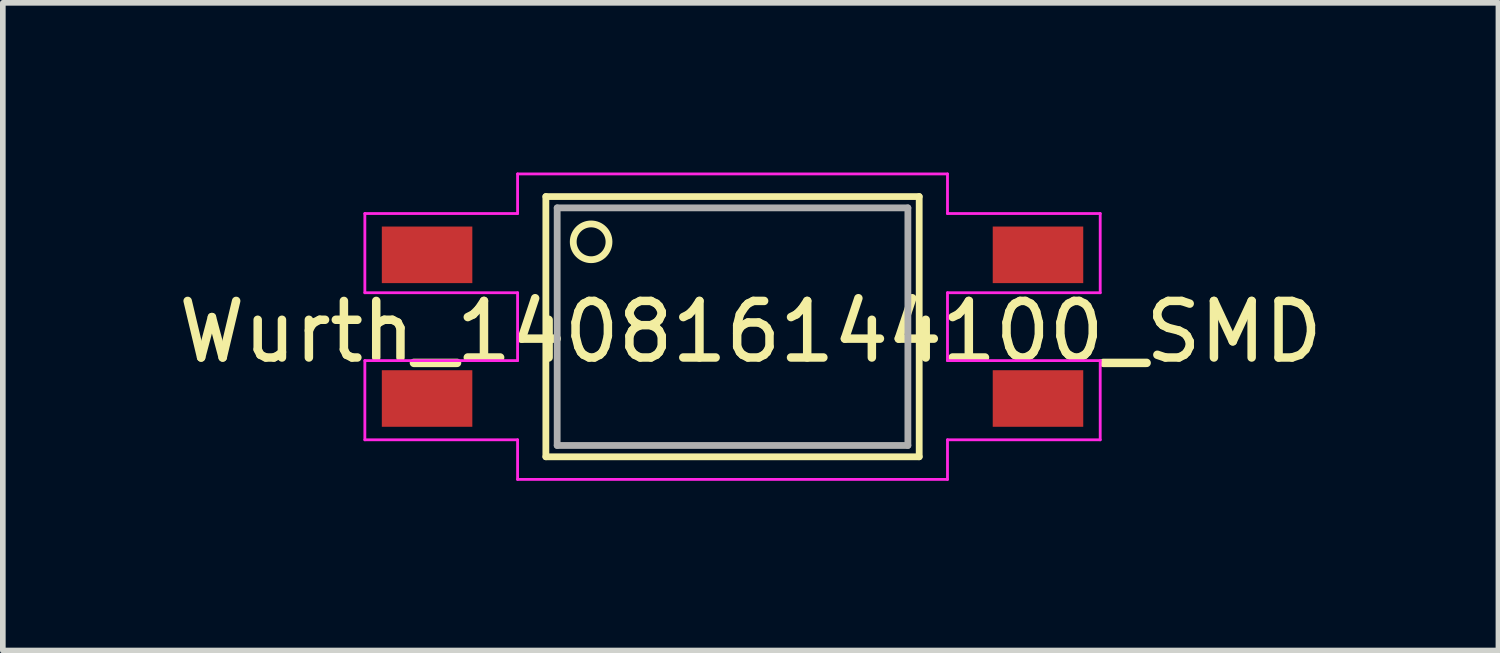
<source format=kicad_pcb>
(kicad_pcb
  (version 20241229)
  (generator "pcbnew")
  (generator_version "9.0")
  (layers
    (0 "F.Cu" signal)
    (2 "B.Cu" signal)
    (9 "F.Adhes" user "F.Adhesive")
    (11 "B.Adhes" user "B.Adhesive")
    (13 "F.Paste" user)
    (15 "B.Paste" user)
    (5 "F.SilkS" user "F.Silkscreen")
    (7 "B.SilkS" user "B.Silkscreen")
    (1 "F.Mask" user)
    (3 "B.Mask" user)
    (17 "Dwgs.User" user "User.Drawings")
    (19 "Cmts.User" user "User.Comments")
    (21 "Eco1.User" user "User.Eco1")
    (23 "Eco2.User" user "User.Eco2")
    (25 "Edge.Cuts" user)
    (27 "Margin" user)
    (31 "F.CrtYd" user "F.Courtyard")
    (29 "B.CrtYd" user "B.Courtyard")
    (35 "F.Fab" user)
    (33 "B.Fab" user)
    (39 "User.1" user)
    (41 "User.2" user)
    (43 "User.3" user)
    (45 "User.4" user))
  (footprint "Wurth_140816144100_SMD"
    (layer "F.Cu")
    (at 9.9 2.725)
    (property "Reference" "Wurth_140816144100_SMD" (at 0.32 0.09 0) (layer "F.SilkS") (effects (font (size 1 1) (thickness 0.15))))
    (attr through_hole)
    (fp_line (start -3.3 -2.3) (end 3.3 -2.3) (stroke (width 0.12) (type solid)) (layer "F.SilkS"))
    (fp_line (start -3.3 2.3) (end -3.3 -2.3) (stroke (width 0.12) (type solid)) (layer "F.SilkS"))
    (fp_line (start 3.3 -2.3) (end 3.3 2.3) (stroke (width 0.12) (type solid)) (layer "F.SilkS"))
    (fp_line (start 3.3 2.3) (end -3.3 2.3) (stroke (width 0.12) (type solid)) (layer "F.SilkS"))
    (fp_circle (center -2.5 -1.5) (end -2.2 -1.4) (stroke (width 0.12) (type solid)) (fill no) (layer "F.SilkS"))
    (fp_line (start -6.5 -2) (end -6.5 -0.6) (stroke (width 0.05) (type solid)) (layer "F.CrtYd"))
    (fp_line (start -6.5 -2) (end -3.8 -2) (stroke (width 0.05) (type solid)) (layer "F.CrtYd"))
    (fp_line (start -6.5 0.6) (end -6.5 2) (stroke (width 0.05) (type solid)) (layer "F.CrtYd"))
    (fp_line (start -6.5 0.6) (end -3.8 0.6) (stroke (width 0.05) (type solid)) (layer "F.CrtYd"))
    (fp_line (start -3.8 -2.7) (end 3.8 -2.7) (stroke (width 0.05) (type solid)) (layer "F.CrtYd"))
    (fp_line (start -3.8 -2) (end -3.8 -2.7) (stroke (width 0.05) (type solid)) (layer "F.CrtYd"))
    (fp_line (start -3.8 -0.6) (end -6.5 -0.6) (stroke (width 0.05) (type solid)) (layer "F.CrtYd"))
    (fp_line (start -3.8 0.6) (end -3.8 -0.6) (stroke (width 0.05) (type solid)) (layer "F.CrtYd"))
    (fp_line (start -3.8 2) (end -6.5 2) (stroke (width 0.05) (type solid)) (layer "F.CrtYd"))
    (fp_line (start -3.8 2.7) (end -3.8 2) (stroke (width 0.05) (type solid)) (layer "F.CrtYd"))
    (fp_line (start 3.8 -2.7) (end 3.8 -2) (stroke (width 0.05) (type solid)) (layer "F.CrtYd"))
    (fp_line (start 3.8 -2) (end 6.5 -2) (stroke (width 0.05) (type solid)) (layer "F.CrtYd"))
    (fp_line (start 3.8 -0.6) (end 3.8 0.6) (stroke (width 0.05) (type solid)) (layer "F.CrtYd"))
    (fp_line (start 3.8 0.6) (end 6.5 0.6) (stroke (width 0.05) (type solid)) (layer "F.CrtYd"))
    (fp_line (start 3.8 2) (end 3.8 2.7) (stroke (width 0.05) (type solid)) (layer "F.CrtYd"))
    (fp_line (start 3.8 2.7) (end -3.8 2.7) (stroke (width 0.05) (type solid)) (layer "F.CrtYd"))
    (fp_line (start 6.5 -2) (end 6.5 -0.6) (stroke (width 0.05) (type solid)) (layer "F.CrtYd"))
    (fp_line (start 6.5 -0.6) (end 3.8 -0.6) (stroke (width 0.05) (type solid)) (layer "F.CrtYd"))
    (fp_line (start 6.5 0.6) (end 6.5 2) (stroke (width 0.05) (type solid)) (layer "F.CrtYd"))
    (fp_line (start 6.5 2) (end 3.8 2) (stroke (width 0.05) (type solid)) (layer "F.CrtYd"))
    (fp_line (start -3.1 -2.1) (end 3.1 -2.1) (stroke (width 0.12) (type solid)) (layer "F.Fab"))
    (fp_line (start -3.1 2.1) (end -3.1 -2.1) (stroke (width 0.12) (type solid)) (layer "F.Fab"))
    (fp_line (start 3.1 -2.1) (end 3.1 2.1) (stroke (width 0.12) (type solid)) (layer "F.Fab"))
    (fp_line (start 3.1 2.1) (end -3.1 2.1) (stroke (width 0.12) (type solid)) (layer "F.Fab"))
    (pad "1" smd rect (at -5.4 -1.27) (size 1.6 1) (layers "F.Cu" "F.Mask" "F.Paste"))
    (pad "2" smd rect (at -5.4 1.27) (size 1.6 1) (layers "F.Cu" "F.Mask" "F.Paste"))
    (pad "3" smd rect (at 5.4 1.27) (size 1.6 1) (layers "F.Cu" "F.Mask" "F.Paste"))
    (pad "4" smd rect (at 5.4 -1.27) (size 1.6 1) (layers "F.Cu" "F.Mask" "F.Paste")))
  (gr_rect
    (start -3 -3)
    (end 23.44 8.45)
    (stroke (width 0.1) (type default))
    (fill no)
    (layer "Edge.Cuts")))
</source>
